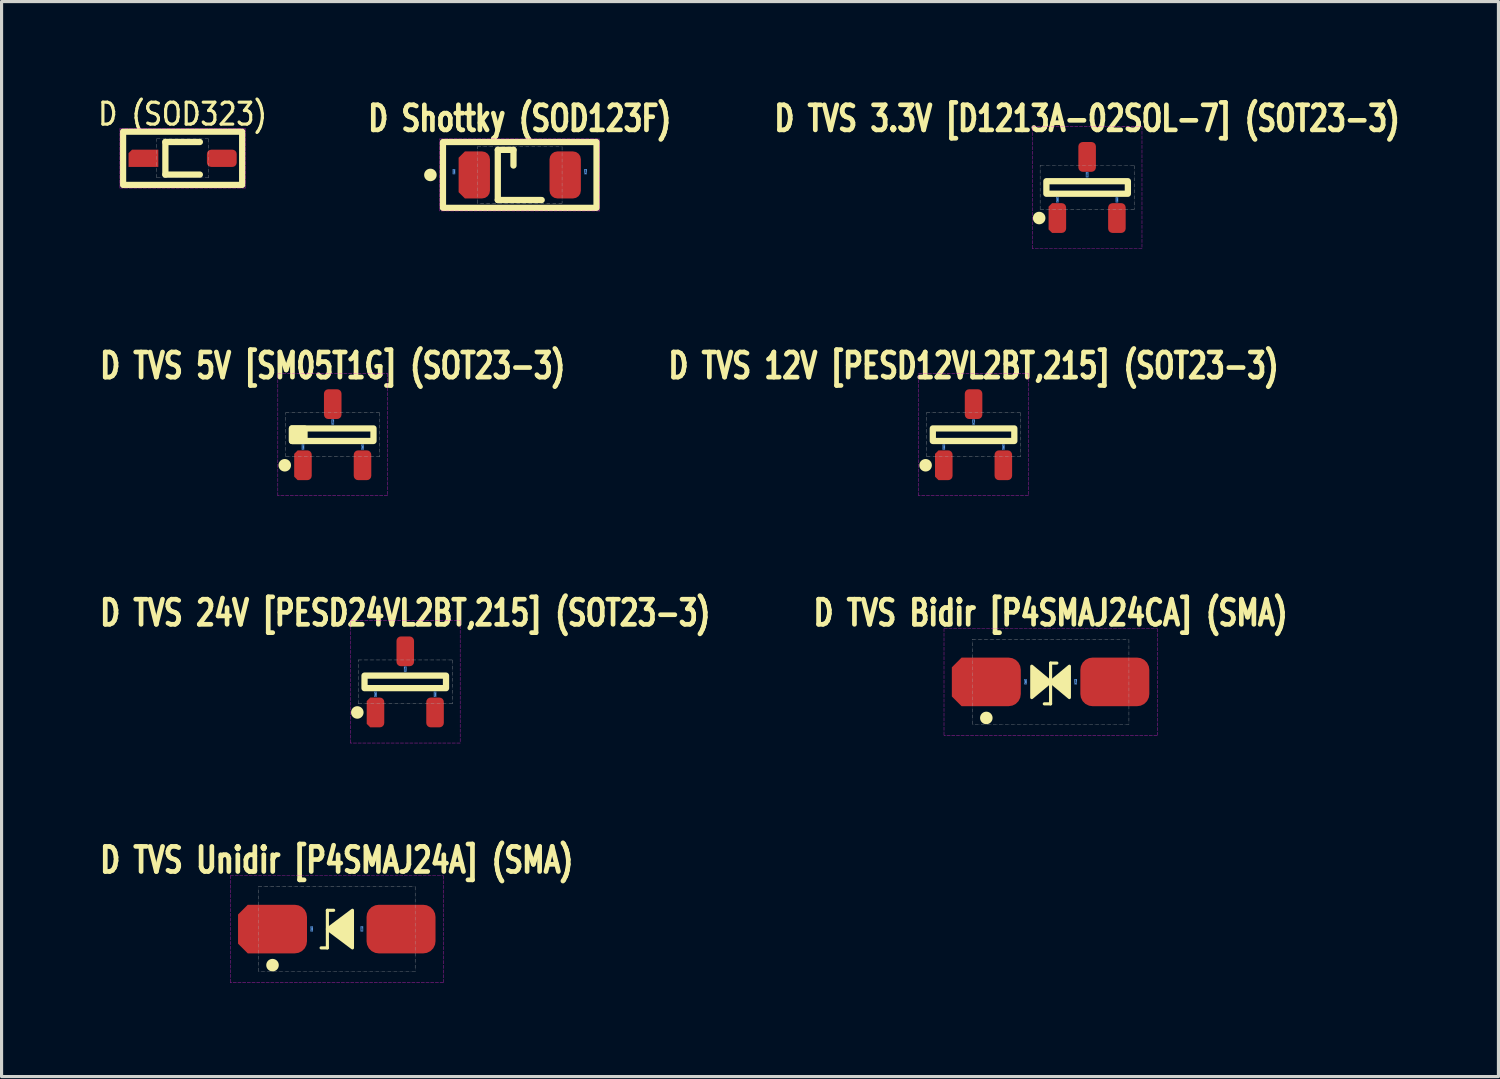
<source format=kicad_pcb>
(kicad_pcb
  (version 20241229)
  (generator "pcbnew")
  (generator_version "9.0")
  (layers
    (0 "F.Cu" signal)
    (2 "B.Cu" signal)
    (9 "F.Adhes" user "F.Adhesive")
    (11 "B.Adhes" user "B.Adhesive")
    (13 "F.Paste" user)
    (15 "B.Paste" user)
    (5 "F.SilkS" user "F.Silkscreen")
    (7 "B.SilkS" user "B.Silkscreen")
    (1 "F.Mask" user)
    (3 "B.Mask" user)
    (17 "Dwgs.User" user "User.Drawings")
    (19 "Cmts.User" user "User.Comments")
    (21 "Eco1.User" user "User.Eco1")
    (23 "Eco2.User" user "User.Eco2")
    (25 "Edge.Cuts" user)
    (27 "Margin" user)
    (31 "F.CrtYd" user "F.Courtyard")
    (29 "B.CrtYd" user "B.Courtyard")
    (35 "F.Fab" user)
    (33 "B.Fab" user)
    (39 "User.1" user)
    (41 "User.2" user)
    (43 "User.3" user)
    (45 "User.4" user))
  (footprint "D TVS 12V [PESD12VL2BT,215] (SOT23-3)"
    (layer "F.Cu")
    (at 28.009 10.818)
    (property "Reference" "D TVS 12V [PESD12VL2BT,215] (SOT23-3)" (at 0 -2.2 0) (layer "F.SilkS") (effects (font (size 0.8 0.6) (thickness 0.15))))
    (attr smd)
    (fp_rect (start -1.3 -0.2) (end 1.3 0.2) (stroke (width 0.2) (type default)) (fill no) (layer "F.SilkS"))
    (fp_circle (center -1.53 0.975) (end -1.38 0.975) (stroke (width 0.1) (type solid)) (fill yes) (layer "F.SilkS"))
    (fp_rect (start -1.75 -1.95) (end 1.75 1.95) (stroke (width 0.01) (type dash)) (fill no) (layer "F.CrtYd"))
    (fp_rect (start -1.5 -0.7) (end 1.5 0.7) (stroke (width 0.01) (type dash_dot)) (fill no) (layer "F.Fab"))
    (fp_text user "A" (at 0 -0.4 0) (layer "Cmts.User" knockout) (effects (font (size 0.13 0.07) (thickness 0.01) (bold yes))))
    (fp_text user "C" (at -0.95 0.4 0) (layer "Cmts.User" knockout) (effects (font (size 0.13 0.07) (thickness 0.01) (bold yes))))
    (fp_text user "C" (at 0.95 0.4 0) (layer "Cmts.User" knockout) (effects (font (size 0.13 0.07) (thickness 0.01) (bold yes))))
    (pad "1" smd roundrect (at -0.95 0.975) (size 0.56 0.95) (layers "F.Cu" "F.Mask" "F.Paste") (roundrect_rratio 0.25) (chamfer_ratio 0.2) (chamfer top_left bottom_left))
    (pad "2" smd roundrect (at 0.95 0.975) (size 0.56 0.95) (layers "F.Cu" "F.Mask" "F.Paste") (roundrect_rratio 0.25))
    (pad "3" smd roundrect (at 0 -0.975) (size 0.56 0.95) (layers "F.Cu" "F.Mask" "F.Paste") (roundrect_rratio 0.25)))
  (footprint "D TVS 24V [PESD24VL2BT,215] (SOT23-3)"
    (layer "F.Cu")
    (at 9.879 18.704)
    (property "Reference" "D TVS 24V [PESD24VL2BT,215] (SOT23-3)" (at 0 -2.2 0) (layer "F.SilkS") (effects (font (size 0.8 0.6) (thickness 0.15))))
    (attr smd)
    (fp_rect (start -1.3 -0.2) (end 1.3 0.2) (stroke (width 0.2) (type default)) (fill no) (layer "F.SilkS"))
    (fp_circle (center -1.53 0.975) (end -1.38 0.975) (stroke (width 0.1) (type solid)) (fill yes) (layer "F.SilkS"))
    (fp_rect (start -1.75 -1.95) (end 1.75 1.95) (stroke (width 0.01) (type dash)) (fill no) (layer "F.CrtYd"))
    (fp_rect (start -1.5 -0.7) (end 1.5 0.7) (stroke (width 0.01) (type dash_dot)) (fill no) (layer "F.Fab"))
    (fp_text user "A" (at 0 -0.4 0) (layer "Cmts.User" knockout) (effects (font (size 0.13 0.07) (thickness 0.01) (bold yes))))
    (fp_text user "C" (at 0.95 0.4 0) (layer "Cmts.User" knockout) (effects (font (size 0.13 0.07) (thickness 0.01) (bold yes))))
    (fp_text user "C" (at -0.95 0.4 0) (layer "Cmts.User" knockout) (effects (font (size 0.13 0.07) (thickness 0.01) (bold yes))))
    (pad "1" smd roundrect (at -0.95 0.975) (size 0.56 0.95) (layers "F.Cu" "F.Mask" "F.Paste") (roundrect_rratio 0.25) (chamfer_ratio 0.2) (chamfer top_left bottom_left))
    (pad "2" smd roundrect (at 0.95 0.975) (size 0.56 0.95) (layers "F.Cu" "F.Mask" "F.Paste") (roundrect_rratio 0.25))
    (pad "3" smd roundrect (at 0 -0.975) (size 0.56 0.95) (layers "F.Cu" "F.Mask" "F.Paste") (roundrect_rratio 0.25)))
  (footprint "D TVS Unidir [P4SMAJ24A] (SMA)"
    (layer "F.Cu")
    (at 7.694 26.59)
    (property "Reference" "D TVS Unidir [P4SMAJ24A] (SMA)" (at 0 -2.2 0) (layer "F.SilkS") (effects (font (size 0.8 0.6) (thickness 0.15))))
    (attr smd)
    (fp_line (start -0.3 -0.6) (end -0.3 0.6) (stroke (width 0.1) (type default)) (layer "F.SilkS"))
    (fp_line (start -0.3 -0.6) (end -0.1 -0.6) (stroke (width 0.1) (type default)) (layer "F.SilkS"))
    (fp_line (start -0.3 0.6) (end -0.5 0.6) (stroke (width 0.1) (type default)) (layer "F.SilkS"))
    (fp_circle (center -2.05 1.15) (end -1.9 1.15) (stroke (width 0.1) (type solid)) (fill yes) (layer "F.SilkS"))
    (fp_poly (pts (xy -0.3 0) (xy 0.5 -0.6) (xy 0.5 0.6)) (stroke (width 0.1) (type solid)) (fill yes) (layer "F.SilkS"))
    (fp_rect (start -3.4 -1.7) (end 3.4 1.7) (stroke (width 0.01) (type dash)) (fill no) (layer "F.CrtYd"))
    (fp_rect (start -2.5 -1.35) (end 2.5 1.35) (stroke (width 0.01) (type dash_dot)) (fill no) (layer "F.Fab"))
    (fp_text user "C" (at -0.8 0 0) (layer "Cmts.User" knockout) (effects (font (size 0.13 0.07) (thickness 0.01) (bold yes))))
    (fp_text user "A" (at 0.8 0 0) (layer "Cmts.User" knockout) (effects (font (size 0.13 0.07) (thickness 0.01) (bold yes))))
    (pad "1" smd roundrect (at -2.05 0) (size 2.2 1.55) (layers "F.Cu" "F.Mask" "F.Paste") (roundrect_rratio 0.25) (chamfer_ratio 0.2) (chamfer top_left bottom_left))
    (pad "2" smd roundrect (at 2.05 0) (size 2.2 1.55) (layers "F.Cu" "F.Mask" "F.Paste") (roundrect_rratio 0.25)))
  (footprint "D Shottky (SOD123F)"
    (layer "F.Cu")
    (at 13.531 2.531)
    (property "Reference" "D Shottky (SOD123F)" (at 0 -1.8 0) (layer "F.SilkS") (effects (font (size 0.8 0.6) (thickness 0.15) (bold yes))))
    (attr smd)
    (fp_line (start -0.7 0.8) (end -0.7 -0.8) (stroke (width 0.2) (type default)) (layer "F.SilkS"))
    (fp_line (start -0.2 -0.8) (end -0.7 -0.8) (stroke (width 0.2) (type default)) (layer "F.SilkS"))
    (fp_line (start -0.2 -0.8) (end -0.2 -0.3) (stroke (width 0.2) (type default)) (layer "F.SilkS"))
    (fp_line (start 0.7 0.8) (end -0.7 0.8) (stroke (width 0.2) (type default)) (layer "F.SilkS"))
    (fp_rect (start -2.45 -1.05) (end 2.45 1.05) (stroke (width 0.2) (type default)) (fill no) (layer "F.SilkS"))
    (fp_circle (center -2.85 0) (end -2.7 0) (stroke (width 0.1) (type solid)) (fill yes) (layer "F.SilkS"))
    (fp_rect (start -2.55 -1.15) (end 2.55 1.15) (stroke (width 0.01) (type dash)) (fill no) (layer "F.CrtYd"))
    (fp_rect (start -1.35 -0.9) (end 1.35 0.9) (stroke (width 0.01) (type dash_dot)) (fill no) (layer "F.Fab"))
    (fp_text user "C" (at -2.1 -0.1 0) (layer "Cmts.User" knockout) (effects (font (size 0.13 0.07) (thickness 0.01) (bold yes))))
    (fp_text user "A" (at 2.1 -0.1 0) (layer "Cmts.User" knockout) (effects (font (size 0.13 0.07) (thickness 0.01) (bold yes))))
    (pad "1" smd roundrect (at -1.45 0) (size 1 1.5) (layers "F.Cu" "F.Mask" "F.Paste") (roundrect_rratio 0.25) (chamfer_ratio 0.2) (chamfer top_left bottom_left))
    (pad "2" smd roundrect (at 1.45 0) (size 1 1.5) (layers "F.Cu" "F.Mask" "F.Paste") (roundrect_rratio 0.25)))
  (footprint "D TVS 5V [SM05T1G] (SOT23-3)"
    (layer "F.Cu")
    (at 7.565 10.818)
    (property "Reference" "D TVS 5V [SM05T1G] (SOT23-3)" (at 0 -2.2 0) (layer "F.SilkS") (effects (font (size 0.8 0.6) (thickness 0.15))))
    (attr smd)
    (fp_rect (start -1.3 -0.2) (end -0.9 0.2) (stroke (width 0.2) (type solid)) (fill yes) (layer "F.SilkS"))
    (fp_rect (start -1.3 -0.2) (end 1.3 0.2) (stroke (width 0.2) (type default)) (fill no) (layer "F.SilkS"))
    (fp_circle (center -1.53 0.975) (end -1.38 0.975) (stroke (width 0.1) (type solid)) (fill yes) (layer "F.SilkS"))
    (fp_rect (start -1.75 -1.95) (end 1.75 1.95) (stroke (width 0.01) (type dash)) (fill no) (layer "F.CrtYd"))
    (fp_rect (start -1.5 -0.7) (end 1.5 0.7) (stroke (width 0.01) (type dash_dot)) (fill no) (layer "F.Fab"))
    (fp_text user "C" (at 0.95 0.4 0) (layer "Cmts.User" knockout) (effects (font (size 0.13 0.07) (thickness 0.01) (bold yes))))
    (fp_text user "C" (at -0.95 0.4 0) (layer "Cmts.User" knockout) (effects (font (size 0.13 0.07) (thickness 0.01) (bold yes))))
    (fp_text user "A" (at 0 -0.4 0) (layer "Cmts.User" knockout) (effects (font (size 0.13 0.07) (thickness 0.01) (bold yes))))
    (pad "1" smd roundrect (at -0.95 0.975) (size 0.56 0.95) (layers "F.Cu" "F.Mask" "F.Paste") (roundrect_rratio 0.25) (chamfer_ratio 0.2) (chamfer top_left bottom_left))
    (pad "2" smd roundrect (at 0.95 0.975) (size 0.56 0.95) (layers "F.Cu" "F.Mask" "F.Paste") (roundrect_rratio 0.25))
    (pad "3" smd roundrect (at 0 -0.975) (size 0.56 0.95) (layers "F.Cu" "F.Mask" "F.Paste") (roundrect_rratio 0.25)))
  (footprint "D (SOD323)"
    (layer "F.Cu")
    (at 2.776 2)
    (property "Reference" "D (SOD323)" (at 0 -1 0) (unlocked yes) (layer "F.SilkS") (effects (font (size 0.7 0.6) (thickness 0.1)) (justify bottom)))
    (attr smd)
    (fp_line (start -0.55 -0.52) (end -0.55 0.52) (stroke (width 0.2) (type default)) (layer "F.SilkS"))
    (fp_line (start -0.55 -0.52) (end 0.55 -0.52) (stroke (width 0.2) (type default)) (layer "F.SilkS"))
    (fp_line (start -0.55 0.52) (end 0.55 0.52) (stroke (width 0.2) (type default)) (layer "F.SilkS"))
    (fp_rect (start -1.9 -0.85) (end 1.9 0.85) (stroke (width 0.2) (type default)) (fill no) (layer "F.SilkS"))
    (fp_rect (start -2 -0.95) (end 2 0.95) (stroke (width 0.01) (type dash)) (fill no) (layer "F.CrtYd"))
    (fp_rect (start -0.825 -0.62) (end 0.825 0.62) (stroke (width 0.01) (type dash_dot)) (fill no) (layer "F.Fab"))
    (pad "1" smd roundrect (at -1.25 0) (size 0.95 0.55) (layers "F.Cu" "F.Mask" "F.Paste") (roundrect_rratio 0) (chamfer_ratio 0.2) (chamfer top_left))
    (pad "2" smd roundrect (at 1.25 0) (size 0.95 0.55) (layers "F.Cu" "F.Mask" "F.Paste") (roundrect_rratio 0.25)))
  (footprint "D TVS 3.3V [D1213A-02SOL-7] (SOT23-3)"
    (layer "F.Cu")
    (at 31.632 2.931)
    (property "Reference" "D TVS 3.3V [D1213A-02SOL-7] (SOT23-3)" (at 0 -2.2 0) (layer "F.SilkS") (effects (font (size 0.8 0.6) (thickness 0.15))))
    (attr smd)
    (fp_rect (start -1.3 -0.2) (end 1.3 0.2) (stroke (width 0.2) (type default)) (fill no) (layer "F.SilkS"))
    (fp_circle (center -1.53 0.975) (end -1.38 0.975) (stroke (width 0.1) (type solid)) (fill yes) (layer "F.SilkS"))
    (fp_rect (start -1.75 -1.95) (end 1.75 1.95) (stroke (width 0.01) (type dash)) (fill no) (layer "F.CrtYd"))
    (fp_rect (start -1.5 -0.7) (end 1.5 0.7) (stroke (width 0.01) (type dash_dot)) (fill no) (layer "F.Fab"))
    (fp_text user "A" (at 0 -0.4 0) (layer "Cmts.User" knockout) (effects (font (size 0.13 0.07) (thickness 0.01) (bold yes))))
    (fp_text user "C" (at -0.95 0.4 0) (layer "Cmts.User" knockout) (effects (font (size 0.13 0.07) (thickness 0.01) (bold yes))))
    (fp_text user "C" (at 0.95 0.4 0) (layer "Cmts.User" knockout) (effects (font (size 0.13 0.07) (thickness 0.01) (bold yes))))
    (pad "1" smd roundrect (at -0.95 0.975) (size 0.56 0.95) (layers "F.Cu" "F.Mask" "F.Paste") (roundrect_rratio 0.25) (chamfer_ratio 0.2) (chamfer top_left bottom_left))
    (pad "2" smd roundrect (at 0.95 0.975) (size 0.56 0.95) (layers "F.Cu" "F.Mask" "F.Paste") (roundrect_rratio 0.25))
    (pad "3" smd roundrect (at 0 -0.975) (size 0.56 0.95) (layers "F.Cu" "F.Mask" "F.Paste") (roundrect_rratio 0.25)))
  (footprint "D TVS Bidir [P4SMAJ24CA] (SMA)"
    (layer "F.Cu")
    (at 30.466 18.704)
    (property "Reference" "D TVS Bidir [P4SMAJ24CA] (SMA)" (at 0 -2.2 0) (layer "F.SilkS") (effects (font (size 0.8 0.6) (thickness 0.15))))
    (attr smd)
    (fp_line (start 0 -0.6) (end 0 0.7) (stroke (width 0.1) (type default)) (layer "F.SilkS"))
    (fp_line (start 0 -0.6) (end 0.2 -0.6) (stroke (width 0.1) (type default)) (layer "F.SilkS"))
    (fp_line (start 0 0.7) (end -0.2 0.7) (stroke (width 0.1) (type default)) (layer "F.SilkS"))
    (fp_circle (center -2.05 1.15) (end -1.9 1.15) (stroke (width 0.1) (type solid)) (fill yes) (layer "F.SilkS"))
    (fp_poly (pts (xy -0.6 0.5) (xy -0.6 -0.5) (xy 0 0)) (stroke (width 0.1) (type solid)) (fill yes) (layer "F.SilkS"))
    (fp_poly (pts (xy 0 0) (xy 0.6 -0.5) (xy 0.6 0.5)) (stroke (width 0.1) (type solid)) (fill yes) (layer "F.SilkS"))
    (fp_rect (start -3.4 -1.7) (end 3.4 1.7) (stroke (width 0.01) (type dash)) (fill no) (layer "F.CrtYd"))
    (fp_rect (start -2.5 -1.35) (end 2.5 1.35) (stroke (width 0.01) (type dash_dot)) (fill no) (layer "F.Fab"))
    (fp_text user "A" (at 0.8 0 0) (layer "Cmts.User" knockout) (effects (font (size 0.13 0.07) (thickness 0.01) (bold yes))))
    (fp_text user "C" (at -0.8 0 0) (layer "Cmts.User" knockout) (effects (font (size 0.13 0.07) (thickness 0.01) (bold yes))))
    (pad "1" smd roundrect (at -2.05 0) (size 2.2 1.55) (layers "F.Cu" "F.Mask" "F.Paste") (roundrect_rratio 0.25) (chamfer_ratio 0.2) (chamfer top_left bottom_left))
    (pad "2" smd roundrect (at 2.05 0) (size 2.2 1.55) (layers "F.Cu" "F.Mask" "F.Paste") (roundrect_rratio 0.25)))
  (gr_rect
    (start -3 -3)
    (end 44.754 31.295)
    (stroke (width 0.1) (type default))
    (fill no)
    (layer "Edge.Cuts")))
</source>
